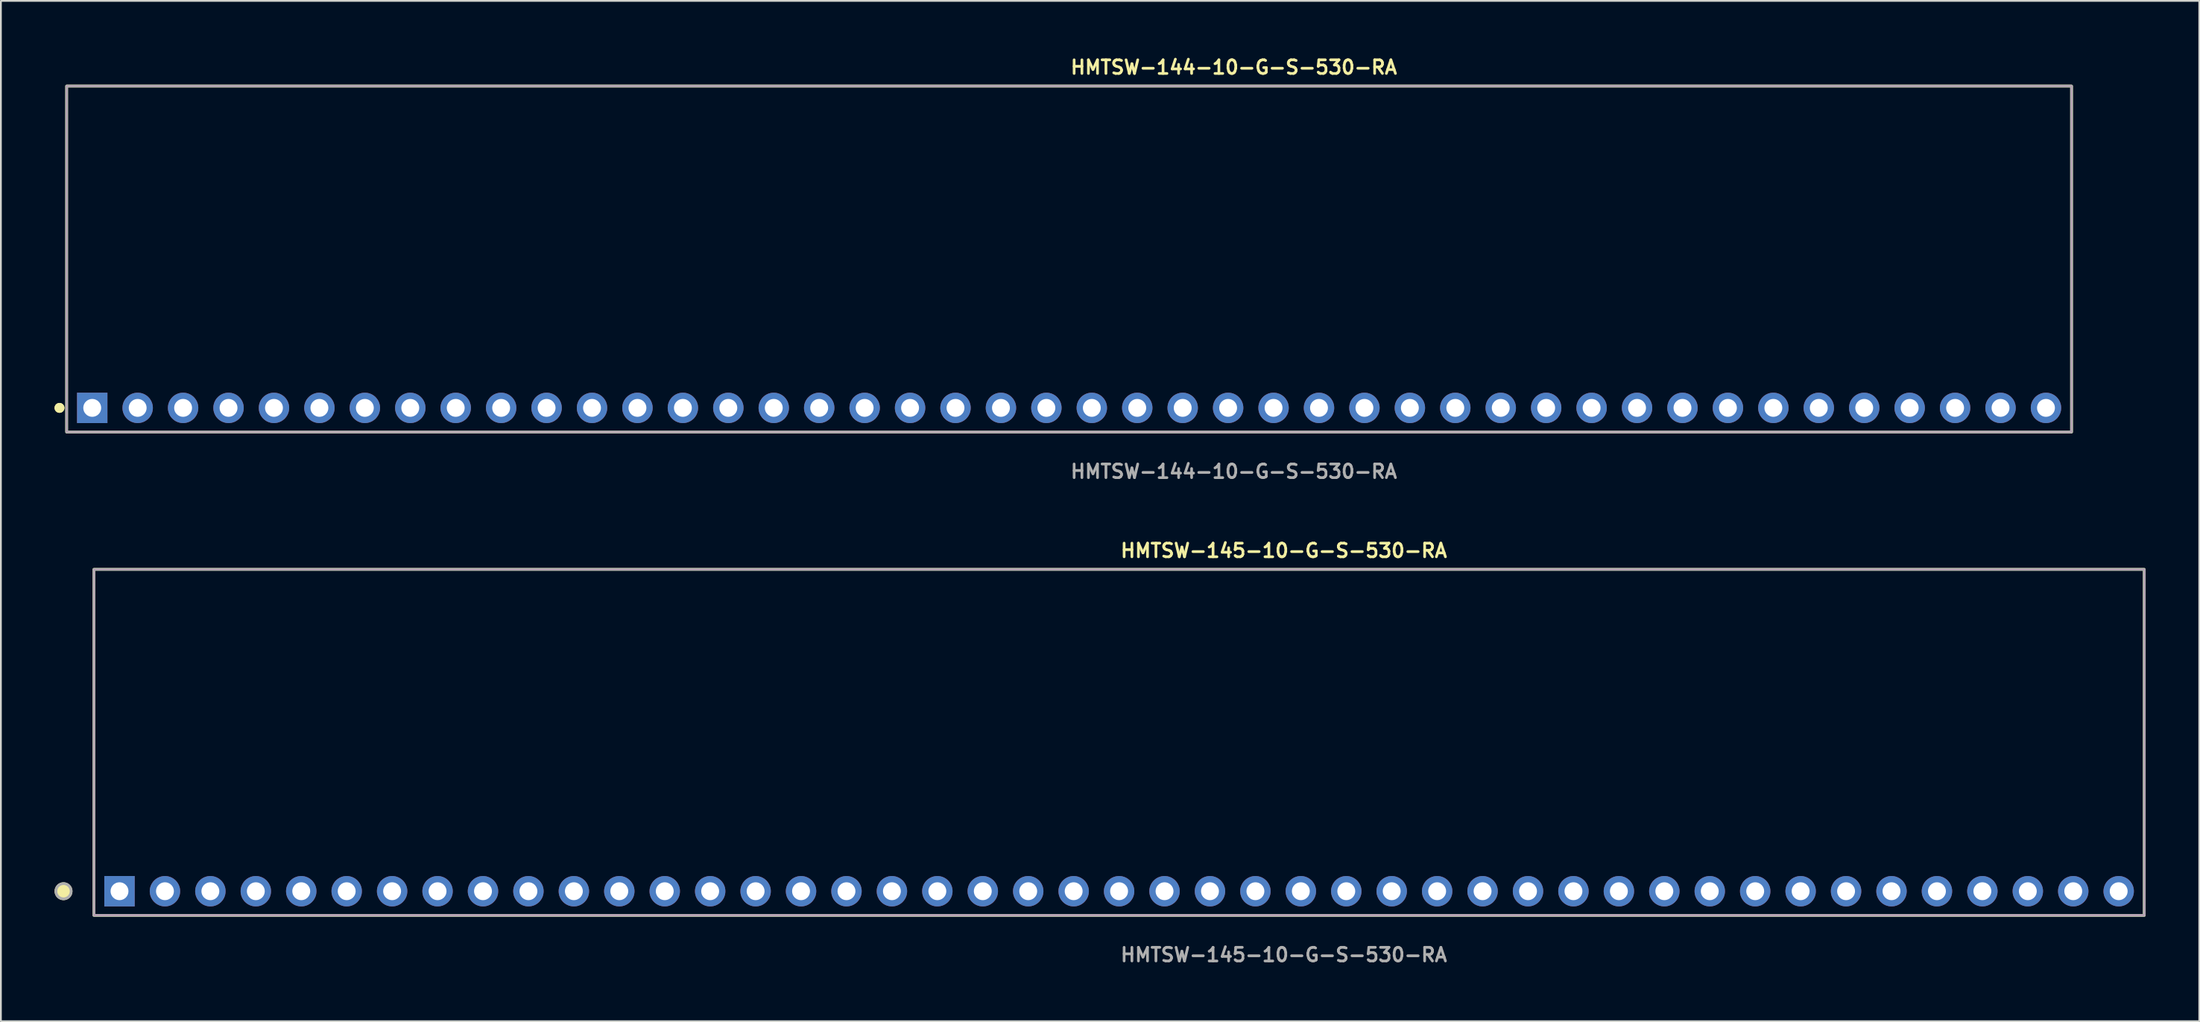
<source format=kicad_pcb>
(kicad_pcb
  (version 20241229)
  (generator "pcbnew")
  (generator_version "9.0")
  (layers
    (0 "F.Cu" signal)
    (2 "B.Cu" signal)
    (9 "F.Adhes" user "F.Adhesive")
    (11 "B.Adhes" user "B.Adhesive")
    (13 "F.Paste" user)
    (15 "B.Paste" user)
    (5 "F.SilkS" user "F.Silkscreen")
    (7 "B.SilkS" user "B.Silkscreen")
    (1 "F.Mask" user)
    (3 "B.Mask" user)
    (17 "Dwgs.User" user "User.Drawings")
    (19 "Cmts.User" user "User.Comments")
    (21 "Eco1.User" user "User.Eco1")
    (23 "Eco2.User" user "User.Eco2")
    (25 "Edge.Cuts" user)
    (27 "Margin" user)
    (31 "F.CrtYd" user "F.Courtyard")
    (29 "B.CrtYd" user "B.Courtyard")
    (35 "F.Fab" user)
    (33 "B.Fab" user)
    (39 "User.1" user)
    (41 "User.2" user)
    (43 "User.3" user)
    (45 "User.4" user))
  (footprint "HMTSW-145-10-G-S-530-RA"
    (layer "F.Cu")
    (at 59.511 46.796)
    (property "Reference" "HMTSW-145-10-G-S-530-RA" (at 0 -19.05 0) (unlocked yes) (layer "F.SilkS") (effects (font (size 0.762 0.762) (thickness 0.152)) (justify left)))
    (fp_rect (start -57.31 1.35) (end 57.31 -18) (stroke (width 0.152) (type solid)) (fill no) (layer "F.SilkS"))
    (fp_circle (center -59.01 0) (end -59.435 0) (stroke (width 0.152) (type solid)) (fill yes) (layer "F.SilkS"))
    (fp_rect (start -57.31 1.35) (end 57.31 -18) (stroke (width 0.006) (type solid)) (fill no) (layer "F.CrtYd"))
    (fp_rect (start -57.31 1.35) (end 57.31 -18) (stroke (width 0.152) (type solid)) (fill no) (layer "F.Fab"))
    (fp_circle (center -59.01 0) (end -59.435 0) (stroke (width 0.152) (type solid)) (fill no) (layer "F.Fab"))
    (fp_text user "${REFERENCE}" (at 0 3.556 0) (unlocked yes) (layer "F.Fab") (effects (font (size 0.762 0.762) (thickness 0.152)) (justify left)))
    (pad "1" thru_hole rect (at -55.88 0) (size 1.7 1.7) (drill 1) (layers "*.Cu" "*.Mask"))
    (pad "2" thru_hole circle (at -53.34 0) (size 1.7 1.7) (drill 1) (layers "*.Cu" "*.Mask"))
    (pad "3" thru_hole circle (at -50.8 0) (size 1.7 1.7) (drill 1) (layers "*.Cu" "*.Mask"))
    (pad "4" thru_hole circle (at -48.26 0) (size 1.7 1.7) (drill 1) (layers "*.Cu" "*.Mask"))
    (pad "5" thru_hole circle (at -45.72 0) (size 1.7 1.7) (drill 1) (layers "*.Cu" "*.Mask"))
    (pad "6" thru_hole circle (at -43.18 0) (size 1.7 1.7) (drill 1) (layers "*.Cu" "*.Mask"))
    (pad "7" thru_hole circle (at -40.64 0) (size 1.7 1.7) (drill 1) (layers "*.Cu" "*.Mask"))
    (pad "8" thru_hole circle (at -38.1 0) (size 1.7 1.7) (drill 1) (layers "*.Cu" "*.Mask"))
    (pad "9" thru_hole circle (at -35.56 0) (size 1.7 1.7) (drill 1) (layers "*.Cu" "*.Mask"))
    (pad "10" thru_hole circle (at -33.02 0) (size 1.7 1.7) (drill 1) (layers "*.Cu" "*.Mask"))
    (pad "11" thru_hole circle (at -30.48 0) (size 1.7 1.7) (drill 1) (layers "*.Cu" "*.Mask"))
    (pad "12" thru_hole circle (at -27.94 0) (size 1.7 1.7) (drill 1) (layers "*.Cu" "*.Mask"))
    (pad "13" thru_hole circle (at -25.4 0) (size 1.7 1.7) (drill 1) (layers "*.Cu" "*.Mask"))
    (pad "14" thru_hole circle (at -22.86 0) (size 1.7 1.7) (drill 1) (layers "*.Cu" "*.Mask"))
    (pad "15" thru_hole circle (at -20.32 0) (size 1.7 1.7) (drill 1) (layers "*.Cu" "*.Mask"))
    (pad "16" thru_hole circle (at -17.78 0) (size 1.7 1.7) (drill 1) (layers "*.Cu" "*.Mask"))
    (pad "17" thru_hole circle (at -15.24 0) (size 1.7 1.7) (drill 1) (layers "*.Cu" "*.Mask"))
    (pad "18" thru_hole circle (at -12.7 0) (size 1.7 1.7) (drill 1) (layers "*.Cu" "*.Mask"))
    (pad "19" thru_hole circle (at -10.16 0) (size 1.7 1.7) (drill 1) (layers "*.Cu" "*.Mask"))
    (pad "20" thru_hole circle (at -7.62 0) (size 1.7 1.7) (drill 1) (layers "*.Cu" "*.Mask"))
    (pad "21" thru_hole circle (at -5.08 0) (size 1.7 1.7) (drill 1) (layers "*.Cu" "*.Mask"))
    (pad "22" thru_hole circle (at -2.54 0) (size 1.7 1.7) (drill 1) (layers "*.Cu" "*.Mask"))
    (pad "23" thru_hole circle (at 0 0) (size 1.7 1.7) (drill 1) (layers "*.Cu" "*.Mask"))
    (pad "24" thru_hole circle (at 2.54 0) (size 1.7 1.7) (drill 1) (layers "*.Cu" "*.Mask"))
    (pad "25" thru_hole circle (at 5.08 0) (size 1.7 1.7) (drill 1) (layers "*.Cu" "*.Mask"))
    (pad "26" thru_hole circle (at 7.62 0) (size 1.7 1.7) (drill 1) (layers "*.Cu" "*.Mask"))
    (pad "27" thru_hole circle (at 10.16 0) (size 1.7 1.7) (drill 1) (layers "*.Cu" "*.Mask"))
    (pad "28" thru_hole circle (at 12.7 0) (size 1.7 1.7) (drill 1) (layers "*.Cu" "*.Mask"))
    (pad "29" thru_hole circle (at 15.24 0) (size 1.7 1.7) (drill 1) (layers "*.Cu" "*.Mask"))
    (pad "30" thru_hole circle (at 17.78 0) (size 1.7 1.7) (drill 1) (layers "*.Cu" "*.Mask"))
    (pad "31" thru_hole circle (at 20.32 0) (size 1.7 1.7) (drill 1) (layers "*.Cu" "*.Mask"))
    (pad "32" thru_hole circle (at 22.86 0) (size 1.7 1.7) (drill 1) (layers "*.Cu" "*.Mask"))
    (pad "33" thru_hole circle (at 25.4 0) (size 1.7 1.7) (drill 1) (layers "*.Cu" "*.Mask"))
    (pad "34" thru_hole circle (at 27.94 0) (size 1.7 1.7) (drill 1) (layers "*.Cu" "*.Mask"))
    (pad "35" thru_hole circle (at 30.48 0) (size 1.7 1.7) (drill 1) (layers "*.Cu" "*.Mask"))
    (pad "36" thru_hole circle (at 33.02 0) (size 1.7 1.7) (drill 1) (layers "*.Cu" "*.Mask"))
    (pad "37" thru_hole circle (at 35.56 0) (size 1.7 1.7) (drill 1) (layers "*.Cu" "*.Mask"))
    (pad "38" thru_hole circle (at 38.1 0) (size 1.7 1.7) (drill 1) (layers "*.Cu" "*.Mask"))
    (pad "39" thru_hole circle (at 40.64 0) (size 1.7 1.7) (drill 1) (layers "*.Cu" "*.Mask"))
    (pad "40" thru_hole circle (at 43.18 0) (size 1.7 1.7) (drill 1) (layers "*.Cu" "*.Mask"))
    (pad "41" thru_hole circle (at 45.72 0) (size 1.7 1.7) (drill 1) (layers "*.Cu" "*.Mask"))
    (pad "42" thru_hole circle (at 48.26 0) (size 1.7 1.7) (drill 1) (layers "*.Cu" "*.Mask"))
    (pad "43" thru_hole circle (at 50.8 0) (size 1.7 1.7) (drill 1) (layers "*.Cu" "*.Mask"))
    (pad "44" thru_hole circle (at 53.34 0) (size 1.7 1.7) (drill 1) (layers "*.Cu" "*.Mask"))
    (pad "45" thru_hole circle (at 55.88 0) (size 1.7 1.7) (drill 1) (layers "*.Cu" "*.Mask")))
  (footprint "HMTSW-144-10-G-S-530-RA"
    (layer "F.Cu")
    (at 56.716 19.763)
    (property "Reference" "HMTSW-144-10-G-S-530-RA" (at 0 -19.05 0) (unlocked yes) (layer "F.SilkS") (effects (font (size 0.762 0.762) (thickness 0.152)) (justify left)))
    (fp_rect (start -56.04 1.35) (end 56.04 -18) (stroke (width 0.152) (type solid)) (fill no) (layer "F.SilkS"))
    (fp_circle (center -56.44 0) (end -56.64 0) (stroke (width 0.152) (type solid)) (fill yes) (layer "F.SilkS"))
    (fp_circle (center -56.44 0) (end -56.64 0) (stroke (width 0.152) (type solid)) (fill yes) (layer "F.SilkS"))
    (fp_rect (start -56.04 1.35) (end 56.04 -18) (stroke (width 0.006) (type solid)) (fill no) (layer "F.CrtYd"))
    (fp_rect (start -56.04 1.35) (end 56.04 -18) (stroke (width 0.152) (type solid)) (fill no) (layer "F.Fab"))
    (fp_text user "${REFERENCE}" (at 0 3.556 0) (unlocked yes) (layer "F.Fab") (effects (font (size 0.762 0.762) (thickness 0.152)) (justify left)))
    (pad "1" thru_hole rect (at -54.61 0) (size 1.7 1.7) (drill 1) (layers "*.Cu" "*.Mask"))
    (pad "2" thru_hole circle (at -52.07 0) (size 1.7 1.7) (drill 1) (layers "*.Cu" "*.Mask"))
    (pad "3" thru_hole circle (at -49.53 0) (size 1.7 1.7) (drill 1) (layers "*.Cu" "*.Mask"))
    (pad "4" thru_hole circle (at -46.99 0) (size 1.7 1.7) (drill 1) (layers "*.Cu" "*.Mask"))
    (pad "5" thru_hole circle (at -44.45 0) (size 1.7 1.7) (drill 1) (layers "*.Cu" "*.Mask"))
    (pad "6" thru_hole circle (at -41.91 0) (size 1.7 1.7) (drill 1) (layers "*.Cu" "*.Mask"))
    (pad "7" thru_hole circle (at -39.37 0) (size 1.7 1.7) (drill 1) (layers "*.Cu" "*.Mask"))
    (pad "8" thru_hole circle (at -36.83 0) (size 1.7 1.7) (drill 1) (layers "*.Cu" "*.Mask"))
    (pad "9" thru_hole circle (at -34.29 0) (size 1.7 1.7) (drill 1) (layers "*.Cu" "*.Mask"))
    (pad "10" thru_hole circle (at -31.75 0) (size 1.7 1.7) (drill 1) (layers "*.Cu" "*.Mask"))
    (pad "11" thru_hole circle (at -29.21 0) (size 1.7 1.7) (drill 1) (layers "*.Cu" "*.Mask"))
    (pad "12" thru_hole circle (at -26.67 0) (size 1.7 1.7) (drill 1) (layers "*.Cu" "*.Mask"))
    (pad "13" thru_hole circle (at -24.13 0) (size 1.7 1.7) (drill 1) (layers "*.Cu" "*.Mask"))
    (pad "14" thru_hole circle (at -21.59 0) (size 1.7 1.7) (drill 1) (layers "*.Cu" "*.Mask"))
    (pad "15" thru_hole circle (at -19.05 0) (size 1.7 1.7) (drill 1) (layers "*.Cu" "*.Mask"))
    (pad "16" thru_hole circle (at -16.51 0) (size 1.7 1.7) (drill 1) (layers "*.Cu" "*.Mask"))
    (pad "17" thru_hole circle (at -13.97 0) (size 1.7 1.7) (drill 1) (layers "*.Cu" "*.Mask"))
    (pad "18" thru_hole circle (at -11.43 0) (size 1.7 1.7) (drill 1) (layers "*.Cu" "*.Mask"))
    (pad "19" thru_hole circle (at -8.89 0) (size 1.7 1.7) (drill 1) (layers "*.Cu" "*.Mask"))
    (pad "20" thru_hole circle (at -6.35 0) (size 1.7 1.7) (drill 1) (layers "*.Cu" "*.Mask"))
    (pad "21" thru_hole circle (at -3.81 0) (size 1.7 1.7) (drill 1) (layers "*.Cu" "*.Mask"))
    (pad "22" thru_hole circle (at -1.27 0) (size 1.7 1.7) (drill 1) (layers "*.Cu" "*.Mask"))
    (pad "23" thru_hole circle (at 1.27 0) (size 1.7 1.7) (drill 1) (layers "*.Cu" "*.Mask"))
    (pad "24" thru_hole circle (at 3.81 0) (size 1.7 1.7) (drill 1) (layers "*.Cu" "*.Mask"))
    (pad "25" thru_hole circle (at 6.35 0) (size 1.7 1.7) (drill 1) (layers "*.Cu" "*.Mask"))
    (pad "26" thru_hole circle (at 8.89 0) (size 1.7 1.7) (drill 1) (layers "*.Cu" "*.Mask"))
    (pad "27" thru_hole circle (at 11.43 0) (size 1.7 1.7) (drill 1) (layers "*.Cu" "*.Mask"))
    (pad "28" thru_hole circle (at 13.97 0) (size 1.7 1.7) (drill 1) (layers "*.Cu" "*.Mask"))
    (pad "29" thru_hole circle (at 16.51 0) (size 1.7 1.7) (drill 1) (layers "*.Cu" "*.Mask"))
    (pad "30" thru_hole circle (at 19.05 0) (size 1.7 1.7) (drill 1) (layers "*.Cu" "*.Mask"))
    (pad "31" thru_hole circle (at 21.59 0) (size 1.7 1.7) (drill 1) (layers "*.Cu" "*.Mask"))
    (pad "32" thru_hole circle (at 24.13 0) (size 1.7 1.7) (drill 1) (layers "*.Cu" "*.Mask"))
    (pad "33" thru_hole circle (at 26.67 0) (size 1.7 1.7) (drill 1) (layers "*.Cu" "*.Mask"))
    (pad "34" thru_hole circle (at 29.21 0) (size 1.7 1.7) (drill 1) (layers "*.Cu" "*.Mask"))
    (pad "35" thru_hole circle (at 31.75 0) (size 1.7 1.7) (drill 1) (layers "*.Cu" "*.Mask"))
    (pad "36" thru_hole circle (at 34.29 0) (size 1.7 1.7) (drill 1) (layers "*.Cu" "*.Mask"))
    (pad "37" thru_hole circle (at 36.83 0) (size 1.7 1.7) (drill 1) (layers "*.Cu" "*.Mask"))
    (pad "38" thru_hole circle (at 39.37 0) (size 1.7 1.7) (drill 1) (layers "*.Cu" "*.Mask"))
    (pad "39" thru_hole circle (at 41.91 0) (size 1.7 1.7) (drill 1) (layers "*.Cu" "*.Mask"))
    (pad "40" thru_hole circle (at 44.45 0) (size 1.7 1.7) (drill 1) (layers "*.Cu" "*.Mask"))
    (pad "41" thru_hole circle (at 46.99 0) (size 1.7 1.7) (drill 1) (layers "*.Cu" "*.Mask"))
    (pad "42" thru_hole circle (at 49.53 0) (size 1.7 1.7) (drill 1) (layers "*.Cu" "*.Mask"))
    (pad "43" thru_hole circle (at 52.07 0) (size 1.7 1.7) (drill 1) (layers "*.Cu" "*.Mask"))
    (pad "44" thru_hole circle (at 54.61 0) (size 1.7 1.7) (drill 1) (layers "*.Cu" "*.Mask")))
  (gr_rect
    (start -3 -3)
    (end 119.897 54.065)
    (stroke (width 0.1) (type default))
    (fill no)
    (layer "Edge.Cuts")))
</source>
